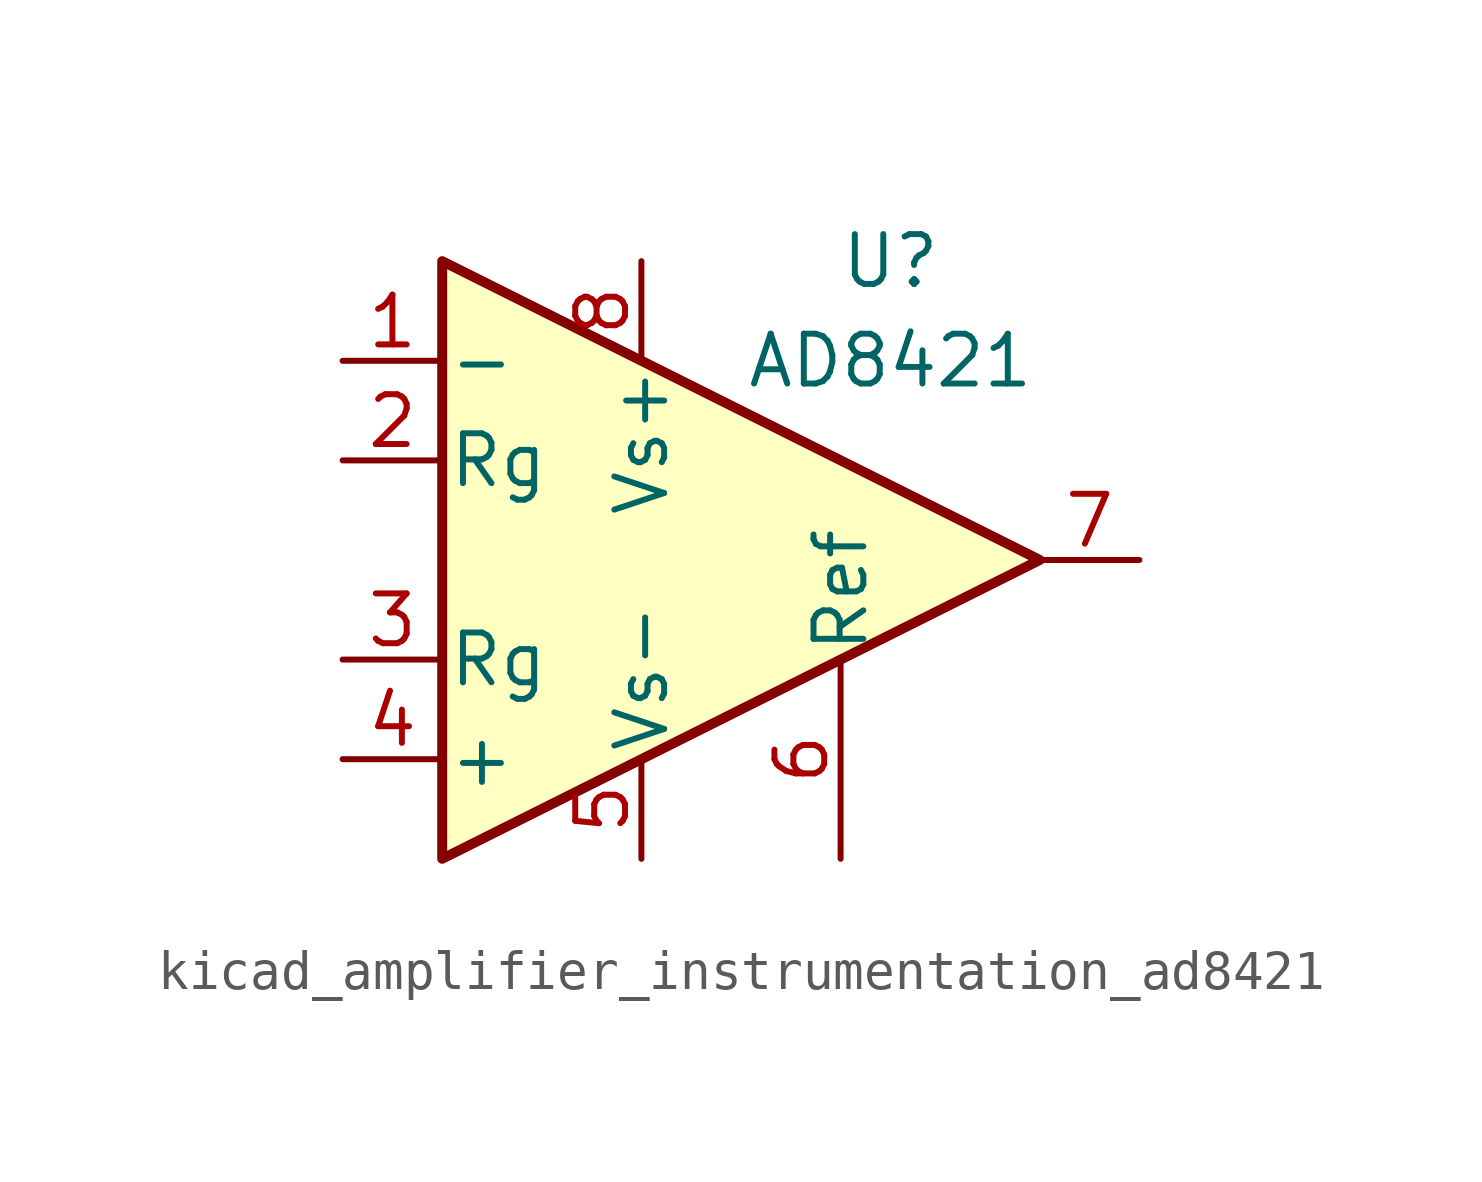
<source format=kicad_sym>
(kicad_symbol_lib
  (version 20220914)
  (generator kicad_symbol_editor)
  (symbol "kicad_amplifier_instrumentation_ad8421"
    (pin_names
      (offset 0.127))
    (property "Reference" "U"
      (at 3.81 7.62 0)
      (effects (font (size 1.27 1.27))))
    (property "Value" "AD8421"
      (at 3.81 5.08 0)
      (effects (font (size 1.27 1.27))))
    (symbol "kicad_amplifier_instrumentation_ad8421_0_1"
      (polyline (pts (xy -7.62 7.62) (xy -7.62 -7.62) (xy 7.62 0) (xy -7.62 7.62)) (stroke (width 0.254) (type default)) (fill (type background))))
    (symbol "kicad_amplifier_instrumentation_ad8421_1_1"
      (pin input line (at -10.16 5.08 0) (length 2.54) (name "-" (effects (font (size 1.27 1.27)))) (number "1" (effects (font (size 1.27 1.27)))))
      (pin passive line (at -10.16 2.54 0) (length 2.54) (name "Rg" (effects (font (size 1.27 1.27)))) (number "2" (effects (font (size 1.27 1.27)))))
      (pin passive line (at -10.16 -2.54 0) (length 2.54) (name "Rg" (effects (font (size 1.27 1.27)))) (number "3" (effects (font (size 1.27 1.27)))))
      (pin input line (at -10.16 -5.08 0) (length 2.54) (name "+" (effects (font (size 1.27 1.27)))) (number "4" (effects (font (size 1.27 1.27)))))
      (pin power_in line (at -2.54 -7.62 90) (length 2.54) (name "Vs-" (effects (font (size 1.27 1.27)))) (number "5" (effects (font (size 1.27 1.27)))))
      (pin passive line (at 2.54 -7.62 90) (length 5.08) (name "Ref" (effects (font (size 1.27 1.27)))) (number "6" (effects (font (size 1.27 1.27)))))
      (pin output line (at 10.16 0 180) (length 2.54) (name "~" (effects (font (size 1.27 1.27)))) (number "7" (effects (font (size 1.27 1.27)))))
      (pin power_in line (at -2.54 7.62 270) (length 2.54) (name "Vs+" (effects (font (size 1.27 1.27)))) (number "8" (effects (font (size 1.27 1.27))))))))
</source>
